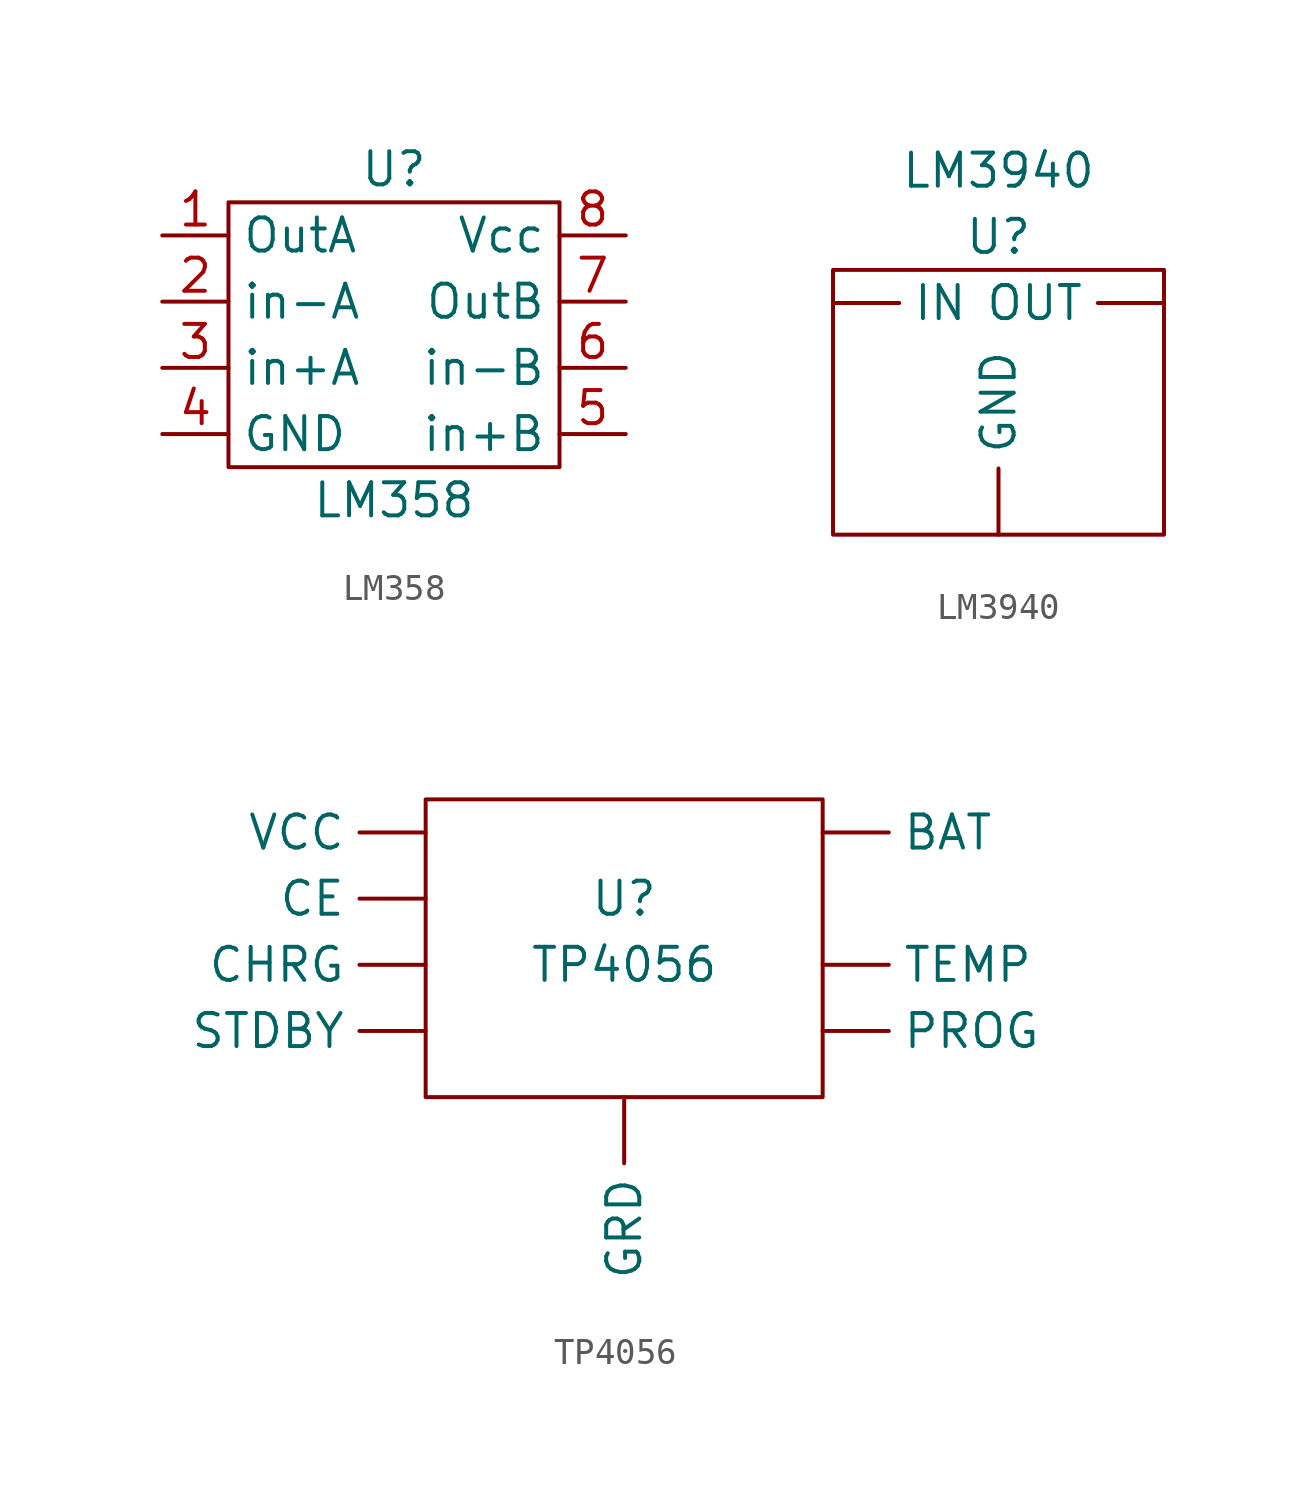
<source format=kicad_sym>
(kicad_symbol_lib
  (version 20211014)
  (generator kicad_symbol_editor)
  (symbol "LM358"
    (property "Reference" "U"
      (at 0 5.08 0)
      (effects (font (size 1.27 1.27))))
    (property "Value" "LM358"
      (at 0 -7.62 0)
      (effects (font (size 1.27 1.27))))
    (symbol "LM358_0_1"
      (rectangle (start -6.35 3.81) (end 6.35 -6.35) (stroke (width 0.152) (type default) (color 0 0 0 0)) (fill (type none))))
    (symbol "LM358_1_1"
      (pin output line (at -8.89 2.54 0) (length 2.54) (name "OutA" (effects (font (size 1.27 1.27)))) (number "1" (effects (font (size 1.27 1.27)))))
      (pin input line (at -8.89 0 0) (length 2.54) (name "in-A" (effects (font (size 1.27 1.27)))) (number "2" (effects (font (size 1.27 1.27)))))
      (pin input line (at -8.89 -2.54 0) (length 2.54) (name "in+A" (effects (font (size 1.27 1.27)))) (number "3" (effects (font (size 1.27 1.27)))))
      (pin output line (at -8.89 -5.08 0) (length 2.54) (name "GND" (effects (font (size 1.27 1.27)))) (number "4" (effects (font (size 1.27 1.27)))))
      (pin input line (at 8.89 -5.08 180) (length 2.54) (name "in+B" (effects (font (size 1.27 1.27)))) (number "5" (effects (font (size 1.27 1.27)))))
      (pin input line (at 8.89 -2.54 180) (length 2.54) (name "in-B" (effects (font (size 1.27 1.27)))) (number "6" (effects (font (size 1.27 1.27)))))
      (pin output line (at 8.89 0 180) (length 2.54) (name "OutB" (effects (font (size 1.27 1.27)))) (number "7" (effects (font (size 1.27 1.27)))))
      (pin input line (at 8.89 2.54 180) (length 2.54) (name "Vcc" (effects (font (size 1.27 1.27)))) (number "8" (effects (font (size 1.27 1.27)))))))
  (symbol "LM3940"
    (property "Reference" "U"
      (at 0 2.54 0)
      (effects (font (size 1.27 1.27))))
    (property "Value" "LM3940"
      (at 0 5.08 0)
      (effects (font (size 1.27 1.27))))
    (symbol "LM3940_0_1"
      (rectangle (start -6.35 1.27) (end 6.35 -8.89) (stroke (width 0.152) (type default) (color 0 0 0 0)) (fill (type none))))
    (symbol "LM3940_1_1"
      (pin output line (at 0 -8.89 90) (length 2.54) (name "GND" (effects (font (size 1.27 1.27)))) (number "" (effects (font (size 1.27 1.27)))))
      (pin input line (at -6.35 0 0) (length 2.54) (name "IN" (effects (font (size 1.27 1.27)))) (number "" (effects (font (size 1.27 1.27)))))
      (pin output line (at 6.35 0 180) (length 2.54) (name "OUT" (effects (font (size 1.27 1.27)))) (number "" (effects (font (size 1.27 1.27)))))))
  (symbol "TP4056"
    (property "Reference" "U"
      (at 0 1.27 0)
      (effects (font (size 1.27 1.27))))
    (property "Value" "TP4056"
      (at 0 -1.27 0)
      (effects (font (size 1.27 1.27))))
    (symbol "TP4056_0_1"
      (rectangle (start -7.62 5.08) (end 7.62 -6.35) (stroke (width 0.152) (type default) (color 0 0 0 0)) (fill (type none))))
    (symbol "TP4056_1_1"
      (pin free line (at 7.62 3.81 0) (length 2.54) (name "BAT" (effects (font (size 1.27 1.27)))) (number "" (effects (font (size 1.27 1.27)))))
      (pin free line (at -7.62 1.27 180) (length 2.54) (name "CE" (effects (font (size 1.27 1.27)))) (number "" (effects (font (size 1.27 1.27)))))
      (pin free line (at -7.62 -1.27 180) (length 2.54) (name "CHRG" (effects (font (size 1.27 1.27)))) (number "" (effects (font (size 1.27 1.27)))))
      (pin free line (at 0 -6.35 270) (length 2.54) (name "GRD" (effects (font (size 1.27 1.27)))) (number "" (effects (font (size 1.27 1.27)))))
      (pin free line (at 7.62 -3.81 0) (length 2.54) (name "PROG" (effects (font (size 1.27 1.27)))) (number "" (effects (font (size 1.27 1.27)))))
      (pin free line (at -7.62 -3.81 180) (length 2.54) (name "STDBY" (effects (font (size 1.27 1.27)))) (number "" (effects (font (size 1.27 1.27)))))
      (pin free line (at 7.62 -1.27 0) (length 2.54) (name "TEMP" (effects (font (size 1.27 1.27)))) (number "" (effects (font (size 1.27 1.27)))))
      (pin free line (at -7.62 3.81 180) (length 2.54) (name "VCC" (effects (font (size 1.27 1.27)))) (number "" (effects (font (size 1.27 1.27))))))))
</source>
